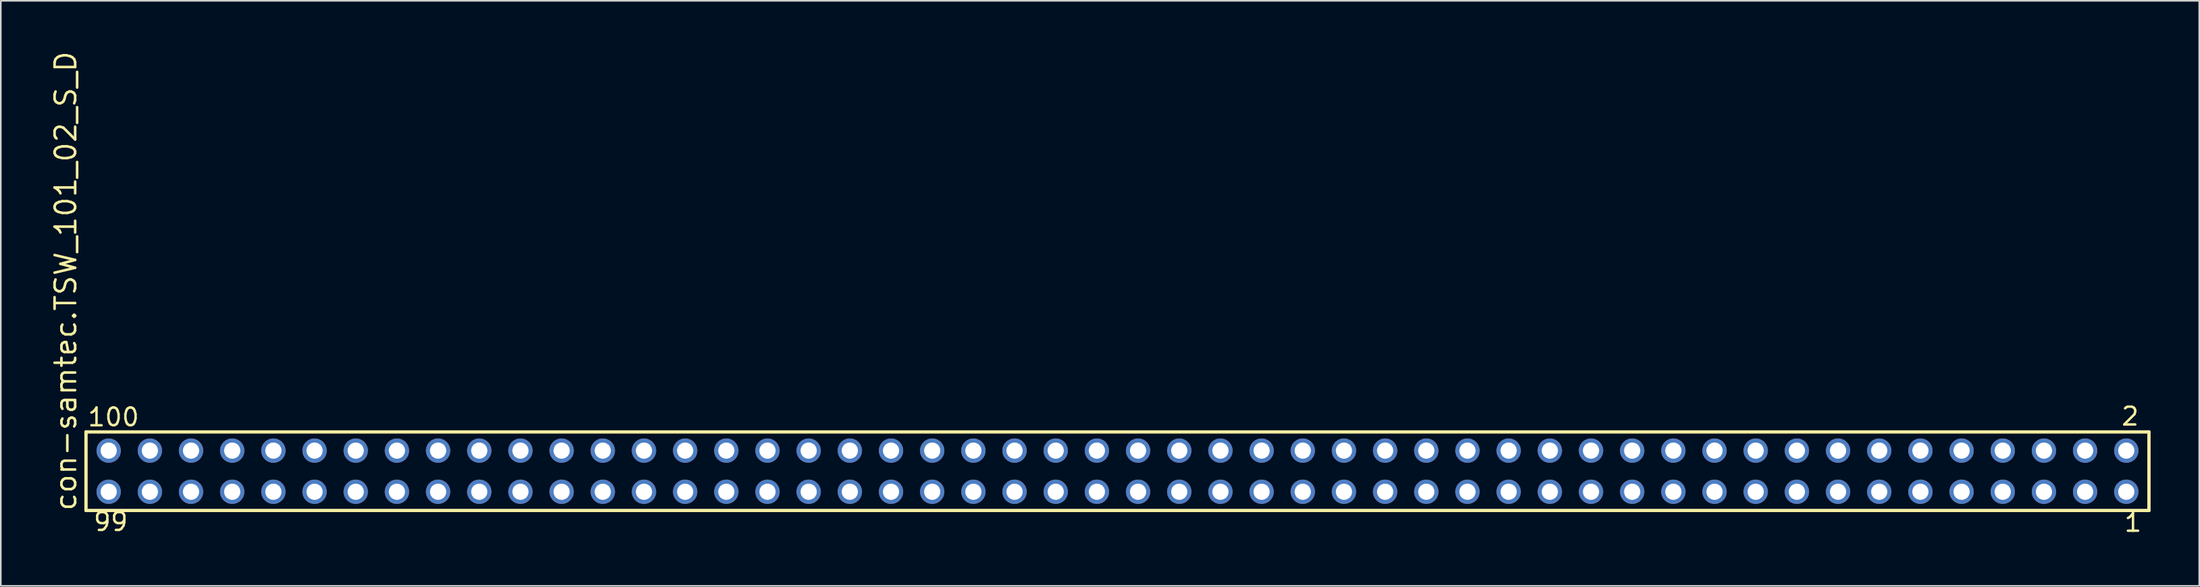
<source format=kicad_pcb>
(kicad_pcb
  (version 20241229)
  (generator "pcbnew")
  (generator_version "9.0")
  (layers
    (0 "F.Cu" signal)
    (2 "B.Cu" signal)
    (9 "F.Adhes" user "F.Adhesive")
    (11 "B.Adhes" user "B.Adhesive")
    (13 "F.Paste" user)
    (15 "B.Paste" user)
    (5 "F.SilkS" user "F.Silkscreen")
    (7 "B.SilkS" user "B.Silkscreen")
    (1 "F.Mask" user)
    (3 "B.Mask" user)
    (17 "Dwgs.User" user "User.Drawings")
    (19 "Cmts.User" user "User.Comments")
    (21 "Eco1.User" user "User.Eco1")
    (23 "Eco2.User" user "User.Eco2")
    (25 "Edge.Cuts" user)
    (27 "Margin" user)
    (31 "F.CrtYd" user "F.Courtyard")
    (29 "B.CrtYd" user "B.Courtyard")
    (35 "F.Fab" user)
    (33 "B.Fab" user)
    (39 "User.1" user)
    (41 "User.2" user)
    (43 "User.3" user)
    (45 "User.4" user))
  (footprint "con-samtec.TSW_101_02_S_D"
    (layer "F.Cu")
    (at 3.655 26.049)
    (property "Reference" "con-samtec.TSW_101_02_S_D" (at -1.905 2.54 90) (layer "F.SilkS") (effects (font (size 1.27 1.27) (thickness 0.16)) (justify left bottom)))
    (attr through_hole)
    (fp_line (start -1.399 -2.425) (end 125.859 -2.425) (stroke (width 0.203) (type default)) (layer "F.SilkS"))
    (fp_line (start -1.399 2.425) (end -1.399 -2.425) (stroke (width 0.203) (type default)) (layer "F.SilkS"))
    (fp_line (start 125.859 -2.425) (end 125.859 2.425) (stroke (width 0.203) (type default)) (layer "F.SilkS"))
    (fp_line (start 125.859 2.425) (end -1.399 2.425) (stroke (width 0.203) (type default)) (layer "F.SilkS"))
    (fp_rect (start -0.35 -0.92) (end 0.35 -1.62) (stroke (width 0.05) (type default)) (fill no) (layer "F.Fab"))
    (fp_rect (start -0.35 1.62) (end 0.35 0.92) (stroke (width 0.05) (type default)) (fill no) (layer "F.Fab"))
    (fp_rect (start 2.19 -0.92) (end 2.89 -1.62) (stroke (width 0.05) (type default)) (fill no) (layer "F.Fab"))
    (fp_rect (start 2.19 1.62) (end 2.89 0.92) (stroke (width 0.05) (type default)) (fill no) (layer "F.Fab"))
    (fp_rect (start 4.73 -0.92) (end 5.43 -1.62) (stroke (width 0.05) (type default)) (fill no) (layer "F.Fab"))
    (fp_rect (start 4.73 1.62) (end 5.43 0.92) (stroke (width 0.05) (type default)) (fill no) (layer "F.Fab"))
    (fp_rect (start 7.27 -0.92) (end 7.97 -1.62) (stroke (width 0.05) (type default)) (fill no) (layer "F.Fab"))
    (fp_rect (start 7.27 1.62) (end 7.97 0.92) (stroke (width 0.05) (type default)) (fill no) (layer "F.Fab"))
    (fp_rect (start 9.81 -0.92) (end 10.51 -1.62) (stroke (width 0.05) (type default)) (fill no) (layer "F.Fab"))
    (fp_rect (start 9.81 1.62) (end 10.51 0.92) (stroke (width 0.05) (type default)) (fill no) (layer "F.Fab"))
    (fp_rect (start 12.35 -0.92) (end 13.05 -1.62) (stroke (width 0.05) (type default)) (fill no) (layer "F.Fab"))
    (fp_rect (start 12.35 1.62) (end 13.05 0.92) (stroke (width 0.05) (type default)) (fill no) (layer "F.Fab"))
    (fp_rect (start 14.89 -0.92) (end 15.59 -1.62) (stroke (width 0.05) (type default)) (fill no) (layer "F.Fab"))
    (fp_rect (start 14.89 1.62) (end 15.59 0.92) (stroke (width 0.05) (type default)) (fill no) (layer "F.Fab"))
    (fp_rect (start 17.43 -0.92) (end 18.13 -1.62) (stroke (width 0.05) (type default)) (fill no) (layer "F.Fab"))
    (fp_rect (start 17.43 1.62) (end 18.13 0.92) (stroke (width 0.05) (type default)) (fill no) (layer "F.Fab"))
    (fp_rect (start 19.97 -0.92) (end 20.67 -1.62) (stroke (width 0.05) (type default)) (fill no) (layer "F.Fab"))
    (fp_rect (start 19.97 1.62) (end 20.67 0.92) (stroke (width 0.05) (type default)) (fill no) (layer "F.Fab"))
    (fp_rect (start 22.51 -0.92) (end 23.21 -1.62) (stroke (width 0.05) (type default)) (fill no) (layer "F.Fab"))
    (fp_rect (start 22.51 1.62) (end 23.21 0.92) (stroke (width 0.05) (type default)) (fill no) (layer "F.Fab"))
    (fp_rect (start 25.05 -0.92) (end 25.75 -1.62) (stroke (width 0.05) (type default)) (fill no) (layer "F.Fab"))
    (fp_rect (start 25.05 1.62) (end 25.75 0.92) (stroke (width 0.05) (type default)) (fill no) (layer "F.Fab"))
    (fp_rect (start 27.59 -0.92) (end 28.29 -1.62) (stroke (width 0.05) (type default)) (fill no) (layer "F.Fab"))
    (fp_rect (start 27.59 1.62) (end 28.29 0.92) (stroke (width 0.05) (type default)) (fill no) (layer "F.Fab"))
    (fp_rect (start 30.13 -0.92) (end 30.83 -1.62) (stroke (width 0.05) (type default)) (fill no) (layer "F.Fab"))
    (fp_rect (start 30.13 1.62) (end 30.83 0.92) (stroke (width 0.05) (type default)) (fill no) (layer "F.Fab"))
    (fp_rect (start 32.67 -0.92) (end 33.37 -1.62) (stroke (width 0.05) (type default)) (fill no) (layer "F.Fab"))
    (fp_rect (start 32.67 1.62) (end 33.37 0.92) (stroke (width 0.05) (type default)) (fill no) (layer "F.Fab"))
    (fp_rect (start 35.21 -0.92) (end 35.91 -1.62) (stroke (width 0.05) (type default)) (fill no) (layer "F.Fab"))
    (fp_rect (start 35.21 1.62) (end 35.91 0.92) (stroke (width 0.05) (type default)) (fill no) (layer "F.Fab"))
    (fp_rect (start 37.75 -0.92) (end 38.45 -1.62) (stroke (width 0.05) (type default)) (fill no) (layer "F.Fab"))
    (fp_rect (start 37.75 1.62) (end 38.45 0.92) (stroke (width 0.05) (type default)) (fill no) (layer "F.Fab"))
    (fp_rect (start 40.29 -0.92) (end 40.99 -1.62) (stroke (width 0.05) (type default)) (fill no) (layer "F.Fab"))
    (fp_rect (start 40.29 1.62) (end 40.99 0.92) (stroke (width 0.05) (type default)) (fill no) (layer "F.Fab"))
    (fp_rect (start 42.83 -0.92) (end 43.53 -1.62) (stroke (width 0.05) (type default)) (fill no) (layer "F.Fab"))
    (fp_rect (start 42.83 1.62) (end 43.53 0.92) (stroke (width 0.05) (type default)) (fill no) (layer "F.Fab"))
    (fp_rect (start 45.37 -0.92) (end 46.07 -1.62) (stroke (width 0.05) (type default)) (fill no) (layer "F.Fab"))
    (fp_rect (start 45.37 1.62) (end 46.07 0.92) (stroke (width 0.05) (type default)) (fill no) (layer "F.Fab"))
    (fp_rect (start 47.91 -0.92) (end 48.61 -1.62) (stroke (width 0.05) (type default)) (fill no) (layer "F.Fab"))
    (fp_rect (start 47.91 1.62) (end 48.61 0.92) (stroke (width 0.05) (type default)) (fill no) (layer "F.Fab"))
    (fp_rect (start 50.45 -0.92) (end 51.15 -1.62) (stroke (width 0.05) (type default)) (fill no) (layer "F.Fab"))
    (fp_rect (start 50.45 1.62) (end 51.15 0.92) (stroke (width 0.05) (type default)) (fill no) (layer "F.Fab"))
    (fp_rect (start 52.99 -0.92) (end 53.69 -1.62) (stroke (width 0.05) (type default)) (fill no) (layer "F.Fab"))
    (fp_rect (start 52.99 1.62) (end 53.69 0.92) (stroke (width 0.05) (type default)) (fill no) (layer "F.Fab"))
    (fp_rect (start 55.53 -0.92) (end 56.23 -1.62) (stroke (width 0.05) (type default)) (fill no) (layer "F.Fab"))
    (fp_rect (start 55.53 1.62) (end 56.23 0.92) (stroke (width 0.05) (type default)) (fill no) (layer "F.Fab"))
    (fp_rect (start 58.07 -0.92) (end 58.77 -1.62) (stroke (width 0.05) (type default)) (fill no) (layer "F.Fab"))
    (fp_rect (start 58.07 1.62) (end 58.77 0.92) (stroke (width 0.05) (type default)) (fill no) (layer "F.Fab"))
    (fp_rect (start 60.61 -0.92) (end 61.31 -1.62) (stroke (width 0.05) (type default)) (fill no) (layer "F.Fab"))
    (fp_rect (start 60.61 1.62) (end 61.31 0.92) (stroke (width 0.05) (type default)) (fill no) (layer "F.Fab"))
    (fp_rect (start 63.15 -0.92) (end 63.85 -1.62) (stroke (width 0.05) (type default)) (fill no) (layer "F.Fab"))
    (fp_rect (start 63.15 1.62) (end 63.85 0.92) (stroke (width 0.05) (type default)) (fill no) (layer "F.Fab"))
    (fp_rect (start 65.69 -0.92) (end 66.39 -1.62) (stroke (width 0.05) (type default)) (fill no) (layer "F.Fab"))
    (fp_rect (start 65.69 1.62) (end 66.39 0.92) (stroke (width 0.05) (type default)) (fill no) (layer "F.Fab"))
    (fp_rect (start 68.23 -0.92) (end 68.93 -1.62) (stroke (width 0.05) (type default)) (fill no) (layer "F.Fab"))
    (fp_rect (start 68.23 1.62) (end 68.93 0.92) (stroke (width 0.05) (type default)) (fill no) (layer "F.Fab"))
    (fp_rect (start 70.77 -0.92) (end 71.47 -1.62) (stroke (width 0.05) (type default)) (fill no) (layer "F.Fab"))
    (fp_rect (start 70.77 1.62) (end 71.47 0.92) (stroke (width 0.05) (type default)) (fill no) (layer "F.Fab"))
    (fp_rect (start 73.31 -0.92) (end 74.01 -1.62) (stroke (width 0.05) (type default)) (fill no) (layer "F.Fab"))
    (fp_rect (start 73.31 1.62) (end 74.01 0.92) (stroke (width 0.05) (type default)) (fill no) (layer "F.Fab"))
    (fp_rect (start 75.85 -0.92) (end 76.55 -1.62) (stroke (width 0.05) (type default)) (fill no) (layer "F.Fab"))
    (fp_rect (start 75.85 1.62) (end 76.55 0.92) (stroke (width 0.05) (type default)) (fill no) (layer "F.Fab"))
    (fp_rect (start 78.39 -0.92) (end 79.09 -1.62) (stroke (width 0.05) (type default)) (fill no) (layer "F.Fab"))
    (fp_rect (start 78.39 1.62) (end 79.09 0.92) (stroke (width 0.05) (type default)) (fill no) (layer "F.Fab"))
    (fp_rect (start 80.93 -0.92) (end 81.63 -1.62) (stroke (width 0.05) (type default)) (fill no) (layer "F.Fab"))
    (fp_rect (start 80.93 1.62) (end 81.63 0.92) (stroke (width 0.05) (type default)) (fill no) (layer "F.Fab"))
    (fp_rect (start 83.47 -0.92) (end 84.17 -1.62) (stroke (width 0.05) (type default)) (fill no) (layer "F.Fab"))
    (fp_rect (start 83.47 1.62) (end 84.17 0.92) (stroke (width 0.05) (type default)) (fill no) (layer "F.Fab"))
    (fp_rect (start 86.01 -0.92) (end 86.71 -1.62) (stroke (width 0.05) (type default)) (fill no) (layer "F.Fab"))
    (fp_rect (start 86.01 1.62) (end 86.71 0.92) (stroke (width 0.05) (type default)) (fill no) (layer "F.Fab"))
    (fp_rect (start 88.55 -0.92) (end 89.25 -1.62) (stroke (width 0.05) (type default)) (fill no) (layer "F.Fab"))
    (fp_rect (start 88.55 1.62) (end 89.25 0.92) (stroke (width 0.05) (type default)) (fill no) (layer "F.Fab"))
    (fp_rect (start 91.09 -0.92) (end 91.79 -1.62) (stroke (width 0.05) (type default)) (fill no) (layer "F.Fab"))
    (fp_rect (start 91.09 1.62) (end 91.79 0.92) (stroke (width 0.05) (type default)) (fill no) (layer "F.Fab"))
    (fp_rect (start 93.63 -0.92) (end 94.33 -1.62) (stroke (width 0.05) (type default)) (fill no) (layer "F.Fab"))
    (fp_rect (start 93.63 1.62) (end 94.33 0.92) (stroke (width 0.05) (type default)) (fill no) (layer "F.Fab"))
    (fp_rect (start 96.17 -0.92) (end 96.87 -1.62) (stroke (width 0.05) (type default)) (fill no) (layer "F.Fab"))
    (fp_rect (start 96.17 1.62) (end 96.87 0.92) (stroke (width 0.05) (type default)) (fill no) (layer "F.Fab"))
    (fp_rect (start 98.71 -0.92) (end 99.41 -1.62) (stroke (width 0.05) (type default)) (fill no) (layer "F.Fab"))
    (fp_rect (start 98.71 1.62) (end 99.41 0.92) (stroke (width 0.05) (type default)) (fill no) (layer "F.Fab"))
    (fp_rect (start 101.25 -0.92) (end 101.95 -1.62) (stroke (width 0.05) (type default)) (fill no) (layer "F.Fab"))
    (fp_rect (start 101.25 1.62) (end 101.95 0.92) (stroke (width 0.05) (type default)) (fill no) (layer "F.Fab"))
    (fp_rect (start 103.79 -0.92) (end 104.49 -1.62) (stroke (width 0.05) (type default)) (fill no) (layer "F.Fab"))
    (fp_rect (start 103.79 1.62) (end 104.49 0.92) (stroke (width 0.05) (type default)) (fill no) (layer "F.Fab"))
    (fp_rect (start 106.33 -0.92) (end 107.03 -1.62) (stroke (width 0.05) (type default)) (fill no) (layer "F.Fab"))
    (fp_rect (start 106.33 1.62) (end 107.03 0.92) (stroke (width 0.05) (type default)) (fill no) (layer "F.Fab"))
    (fp_rect (start 108.87 -0.92) (end 109.57 -1.62) (stroke (width 0.05) (type default)) (fill no) (layer "F.Fab"))
    (fp_rect (start 108.87 1.62) (end 109.57 0.92) (stroke (width 0.05) (type default)) (fill no) (layer "F.Fab"))
    (fp_rect (start 111.41 -0.92) (end 112.11 -1.62) (stroke (width 0.05) (type default)) (fill no) (layer "F.Fab"))
    (fp_rect (start 111.41 1.62) (end 112.11 0.92) (stroke (width 0.05) (type default)) (fill no) (layer "F.Fab"))
    (fp_rect (start 113.95 -0.92) (end 114.65 -1.62) (stroke (width 0.05) (type default)) (fill no) (layer "F.Fab"))
    (fp_rect (start 113.95 1.62) (end 114.65 0.92) (stroke (width 0.05) (type default)) (fill no) (layer "F.Fab"))
    (fp_rect (start 116.49 -0.92) (end 117.19 -1.62) (stroke (width 0.05) (type default)) (fill no) (layer "F.Fab"))
    (fp_rect (start 116.49 1.62) (end 117.19 0.92) (stroke (width 0.05) (type default)) (fill no) (layer "F.Fab"))
    (fp_rect (start 119.03 -0.92) (end 119.73 -1.62) (stroke (width 0.05) (type default)) (fill no) (layer "F.Fab"))
    (fp_rect (start 119.03 1.62) (end 119.73 0.92) (stroke (width 0.05) (type default)) (fill no) (layer "F.Fab"))
    (fp_rect (start 121.57 -0.92) (end 122.27 -1.62) (stroke (width 0.05) (type default)) (fill no) (layer "F.Fab"))
    (fp_rect (start 121.57 1.62) (end 122.27 0.92) (stroke (width 0.05) (type default)) (fill no) (layer "F.Fab"))
    (fp_rect (start 124.11 -0.92) (end 124.81 -1.62) (stroke (width 0.05) (type default)) (fill no) (layer "F.Fab"))
    (fp_rect (start 124.11 1.62) (end 124.81 0.92) (stroke (width 0.05) (type default)) (fill no) (layer "F.Fab"))
    (fp_text user "2" (at 124.077 -2.744 0) (layer "F.SilkS") (effects (font (size 1.1 1.1) (thickness 0.15)) (justify left bottom)))
    (fp_text user "1" (at 124.252 3.818 0) (layer "F.SilkS") (effects (font (size 1.1 1.1) (thickness 0.15)) (justify left bottom)))
    (fp_text user "99" (at -1.02 3.768 0) (layer "F.SilkS") (effects (font (size 1.1 1.1) (thickness 0.15)) (justify left bottom)))
    (fp_text user "100" (at -1.374 -2.694 0) (layer "F.SilkS") (effects (font (size 1.1 1.1) (thickness 0.15)) (justify left bottom)))
    (pad "1" thru_hole circle (at 124.46 1.27 180) (size 1.5 1.5) (drill 1) (layers "*.Cu" "*.Mask"))
    (pad "2" thru_hole circle (at 124.46 -1.27 180) (size 1.5 1.5) (drill 1) (layers "*.Cu" "*.Mask"))
    (pad "3" thru_hole circle (at 121.92 1.27 180) (size 1.5 1.5) (drill 1) (layers "*.Cu" "*.Mask"))
    (pad "4" thru_hole circle (at 121.92 -1.27 180) (size 1.5 1.5) (drill 1) (layers "*.Cu" "*.Mask"))
    (pad "5" thru_hole circle (at 119.38 1.27 180) (size 1.5 1.5) (drill 1) (layers "*.Cu" "*.Mask"))
    (pad "6" thru_hole circle (at 119.38 -1.27 180) (size 1.5 1.5) (drill 1) (layers "*.Cu" "*.Mask"))
    (pad "7" thru_hole circle (at 116.84 1.27 180) (size 1.5 1.5) (drill 1) (layers "*.Cu" "*.Mask"))
    (pad "8" thru_hole circle (at 116.84 -1.27 180) (size 1.5 1.5) (drill 1) (layers "*.Cu" "*.Mask"))
    (pad "9" thru_hole circle (at 114.3 1.27 180) (size 1.5 1.5) (drill 1) (layers "*.Cu" "*.Mask"))
    (pad "10" thru_hole circle (at 114.3 -1.27 180) (size 1.5 1.5) (drill 1) (layers "*.Cu" "*.Mask"))
    (pad "11" thru_hole circle (at 111.76 1.27 180) (size 1.5 1.5) (drill 1) (layers "*.Cu" "*.Mask"))
    (pad "12" thru_hole circle (at 111.76 -1.27 180) (size 1.5 1.5) (drill 1) (layers "*.Cu" "*.Mask"))
    (pad "13" thru_hole circle (at 109.22 1.27 180) (size 1.5 1.5) (drill 1) (layers "*.Cu" "*.Mask"))
    (pad "14" thru_hole circle (at 109.22 -1.27 180) (size 1.5 1.5) (drill 1) (layers "*.Cu" "*.Mask"))
    (pad "15" thru_hole circle (at 106.68 1.27 180) (size 1.5 1.5) (drill 1) (layers "*.Cu" "*.Mask"))
    (pad "16" thru_hole circle (at 106.68 -1.27 180) (size 1.5 1.5) (drill 1) (layers "*.Cu" "*.Mask"))
    (pad "17" thru_hole circle (at 104.14 1.27 180) (size 1.5 1.5) (drill 1) (layers "*.Cu" "*.Mask"))
    (pad "18" thru_hole circle (at 104.14 -1.27 180) (size 1.5 1.5) (drill 1) (layers "*.Cu" "*.Mask"))
    (pad "19" thru_hole circle (at 101.6 1.27 180) (size 1.5 1.5) (drill 1) (layers "*.Cu" "*.Mask"))
    (pad "20" thru_hole circle (at 101.6 -1.27 180) (size 1.5 1.5) (drill 1) (layers "*.Cu" "*.Mask"))
    (pad "21" thru_hole circle (at 99.06 1.27 180) (size 1.5 1.5) (drill 1) (layers "*.Cu" "*.Mask"))
    (pad "22" thru_hole circle (at 99.06 -1.27 180) (size 1.5 1.5) (drill 1) (layers "*.Cu" "*.Mask"))
    (pad "23" thru_hole circle (at 96.52 1.27 180) (size 1.5 1.5) (drill 1) (layers "*.Cu" "*.Mask"))
    (pad "24" thru_hole circle (at 96.52 -1.27 180) (size 1.5 1.5) (drill 1) (layers "*.Cu" "*.Mask"))
    (pad "25" thru_hole circle (at 93.98 1.27 180) (size 1.5 1.5) (drill 1) (layers "*.Cu" "*.Mask"))
    (pad "26" thru_hole circle (at 93.98 -1.27 180) (size 1.5 1.5) (drill 1) (layers "*.Cu" "*.Mask"))
    (pad "27" thru_hole circle (at 91.44 1.27 180) (size 1.5 1.5) (drill 1) (layers "*.Cu" "*.Mask"))
    (pad "28" thru_hole circle (at 91.44 -1.27 180) (size 1.5 1.5) (drill 1) (layers "*.Cu" "*.Mask"))
    (pad "29" thru_hole circle (at 88.9 1.27 180) (size 1.5 1.5) (drill 1) (layers "*.Cu" "*.Mask"))
    (pad "30" thru_hole circle (at 88.9 -1.27 180) (size 1.5 1.5) (drill 1) (layers "*.Cu" "*.Mask"))
    (pad "31" thru_hole circle (at 86.36 1.27 180) (size 1.5 1.5) (drill 1) (layers "*.Cu" "*.Mask"))
    (pad "32" thru_hole circle (at 86.36 -1.27 180) (size 1.5 1.5) (drill 1) (layers "*.Cu" "*.Mask"))
    (pad "33" thru_hole circle (at 83.82 1.27 180) (size 1.5 1.5) (drill 1) (layers "*.Cu" "*.Mask"))
    (pad "34" thru_hole circle (at 83.82 -1.27 180) (size 1.5 1.5) (drill 1) (layers "*.Cu" "*.Mask"))
    (pad "35" thru_hole circle (at 81.28 1.27 180) (size 1.5 1.5) (drill 1) (layers "*.Cu" "*.Mask"))
    (pad "36" thru_hole circle (at 81.28 -1.27 180) (size 1.5 1.5) (drill 1) (layers "*.Cu" "*.Mask"))
    (pad "37" thru_hole circle (at 78.74 1.27 180) (size 1.5 1.5) (drill 1) (layers "*.Cu" "*.Mask"))
    (pad "38" thru_hole circle (at 78.74 -1.27 180) (size 1.5 1.5) (drill 1) (layers "*.Cu" "*.Mask"))
    (pad "39" thru_hole circle (at 76.2 1.27 180) (size 1.5 1.5) (drill 1) (layers "*.Cu" "*.Mask"))
    (pad "40" thru_hole circle (at 76.2 -1.27 180) (size 1.5 1.5) (drill 1) (layers "*.Cu" "*.Mask"))
    (pad "41" thru_hole circle (at 73.66 1.27 180) (size 1.5 1.5) (drill 1) (layers "*.Cu" "*.Mask"))
    (pad "42" thru_hole circle (at 73.66 -1.27 180) (size 1.5 1.5) (drill 1) (layers "*.Cu" "*.Mask"))
    (pad "43" thru_hole circle (at 71.12 1.27 180) (size 1.5 1.5) (drill 1) (layers "*.Cu" "*.Mask"))
    (pad "44" thru_hole circle (at 71.12 -1.27 180) (size 1.5 1.5) (drill 1) (layers "*.Cu" "*.Mask"))
    (pad "45" thru_hole circle (at 68.58 1.27 180) (size 1.5 1.5) (drill 1) (layers "*.Cu" "*.Mask"))
    (pad "46" thru_hole circle (at 68.58 -1.27 180) (size 1.5 1.5) (drill 1) (layers "*.Cu" "*.Mask"))
    (pad "47" thru_hole circle (at 66.04 1.27 180) (size 1.5 1.5) (drill 1) (layers "*.Cu" "*.Mask"))
    (pad "48" thru_hole circle (at 66.04 -1.27 180) (size 1.5 1.5) (drill 1) (layers "*.Cu" "*.Mask"))
    (pad "49" thru_hole circle (at 63.5 1.27 180) (size 1.5 1.5) (drill 1) (layers "*.Cu" "*.Mask"))
    (pad "50" thru_hole circle (at 63.5 -1.27 180) (size 1.5 1.5) (drill 1) (layers "*.Cu" "*.Mask"))
    (pad "51" thru_hole circle (at 60.96 1.27 180) (size 1.5 1.5) (drill 1) (layers "*.Cu" "*.Mask"))
    (pad "52" thru_hole circle (at 60.96 -1.27 180) (size 1.5 1.5) (drill 1) (layers "*.Cu" "*.Mask"))
    (pad "53" thru_hole circle (at 58.42 1.27 180) (size 1.5 1.5) (drill 1) (layers "*.Cu" "*.Mask"))
    (pad "54" thru_hole circle (at 58.42 -1.27 180) (size 1.5 1.5) (drill 1) (layers "*.Cu" "*.Mask"))
    (pad "55" thru_hole circle (at 55.88 1.27 180) (size 1.5 1.5) (drill 1) (layers "*.Cu" "*.Mask"))
    (pad "56" thru_hole circle (at 55.88 -1.27 180) (size 1.5 1.5) (drill 1) (layers "*.Cu" "*.Mask"))
    (pad "57" thru_hole circle (at 53.34 1.27 180) (size 1.5 1.5) (drill 1) (layers "*.Cu" "*.Mask"))
    (pad "58" thru_hole circle (at 53.34 -1.27 180) (size 1.5 1.5) (drill 1) (layers "*.Cu" "*.Mask"))
    (pad "59" thru_hole circle (at 50.8 1.27 180) (size 1.5 1.5) (drill 1) (layers "*.Cu" "*.Mask"))
    (pad "60" thru_hole circle (at 50.8 -1.27 180) (size 1.5 1.5) (drill 1) (layers "*.Cu" "*.Mask"))
    (pad "61" thru_hole circle (at 48.26 1.27 180) (size 1.5 1.5) (drill 1) (layers "*.Cu" "*.Mask"))
    (pad "62" thru_hole circle (at 48.26 -1.27 180) (size 1.5 1.5) (drill 1) (layers "*.Cu" "*.Mask"))
    (pad "63" thru_hole circle (at 45.72 1.27 180) (size 1.5 1.5) (drill 1) (layers "*.Cu" "*.Mask"))
    (pad "64" thru_hole circle (at 45.72 -1.27 180) (size 1.5 1.5) (drill 1) (layers "*.Cu" "*.Mask"))
    (pad "65" thru_hole circle (at 43.18 1.27 180) (size 1.5 1.5) (drill 1) (layers "*.Cu" "*.Mask"))
    (pad "66" thru_hole circle (at 43.18 -1.27 180) (size 1.5 1.5) (drill 1) (layers "*.Cu" "*.Mask"))
    (pad "67" thru_hole circle (at 40.64 1.27 180) (size 1.5 1.5) (drill 1) (layers "*.Cu" "*.Mask"))
    (pad "68" thru_hole circle (at 40.64 -1.27 180) (size 1.5 1.5) (drill 1) (layers "*.Cu" "*.Mask"))
    (pad "69" thru_hole circle (at 38.1 1.27 180) (size 1.5 1.5) (drill 1) (layers "*.Cu" "*.Mask"))
    (pad "70" thru_hole circle (at 38.1 -1.27 180) (size 1.5 1.5) (drill 1) (layers "*.Cu" "*.Mask"))
    (pad "71" thru_hole circle (at 35.56 1.27 180) (size 1.5 1.5) (drill 1) (layers "*.Cu" "*.Mask"))
    (pad "72" thru_hole circle (at 35.56 -1.27 180) (size 1.5 1.5) (drill 1) (layers "*.Cu" "*.Mask"))
    (pad "73" thru_hole circle (at 33.02 1.27 180) (size 1.5 1.5) (drill 1) (layers "*.Cu" "*.Mask"))
    (pad "74" thru_hole circle (at 33.02 -1.27 180) (size 1.5 1.5) (drill 1) (layers "*.Cu" "*.Mask"))
    (pad "75" thru_hole circle (at 30.48 1.27 180) (size 1.5 1.5) (drill 1) (layers "*.Cu" "*.Mask"))
    (pad "76" thru_hole circle (at 30.48 -1.27 180) (size 1.5 1.5) (drill 1) (layers "*.Cu" "*.Mask"))
    (pad "77" thru_hole circle (at 27.94 1.27 180) (size 1.5 1.5) (drill 1) (layers "*.Cu" "*.Mask"))
    (pad "78" thru_hole circle (at 27.94 -1.27 180) (size 1.5 1.5) (drill 1) (layers "*.Cu" "*.Mask"))
    (pad "79" thru_hole circle (at 25.4 1.27 180) (size 1.5 1.5) (drill 1) (layers "*.Cu" "*.Mask"))
    (pad "80" thru_hole circle (at 25.4 -1.27 180) (size 1.5 1.5) (drill 1) (layers "*.Cu" "*.Mask"))
    (pad "81" thru_hole circle (at 22.86 1.27 180) (size 1.5 1.5) (drill 1) (layers "*.Cu" "*.Mask"))
    (pad "82" thru_hole circle (at 22.86 -1.27 180) (size 1.5 1.5) (drill 1) (layers "*.Cu" "*.Mask"))
    (pad "83" thru_hole circle (at 20.32 1.27 180) (size 1.5 1.5) (drill 1) (layers "*.Cu" "*.Mask"))
    (pad "84" thru_hole circle (at 20.32 -1.27 180) (size 1.5 1.5) (drill 1) (layers "*.Cu" "*.Mask"))
    (pad "85" thru_hole circle (at 17.78 1.27 180) (size 1.5 1.5) (drill 1) (layers "*.Cu" "*.Mask"))
    (pad "86" thru_hole circle (at 17.78 -1.27 180) (size 1.5 1.5) (drill 1) (layers "*.Cu" "*.Mask"))
    (pad "87" thru_hole circle (at 15.24 1.27 180) (size 1.5 1.5) (drill 1) (layers "*.Cu" "*.Mask"))
    (pad "88" thru_hole circle (at 15.24 -1.27 180) (size 1.5 1.5) (drill 1) (layers "*.Cu" "*.Mask"))
    (pad "89" thru_hole circle (at 12.7 1.27 180) (size 1.5 1.5) (drill 1) (layers "*.Cu" "*.Mask"))
    (pad "90" thru_hole circle (at 12.7 -1.27 180) (size 1.5 1.5) (drill 1) (layers "*.Cu" "*.Mask"))
    (pad "91" thru_hole circle (at 10.16 1.27 180) (size 1.5 1.5) (drill 1) (layers "*.Cu" "*.Mask"))
    (pad "92" thru_hole circle (at 10.16 -1.27 180) (size 1.5 1.5) (drill 1) (layers "*.Cu" "*.Mask"))
    (pad "93" thru_hole circle (at 7.62 1.27 180) (size 1.5 1.5) (drill 1) (layers "*.Cu" "*.Mask"))
    (pad "94" thru_hole circle (at 7.62 -1.27 180) (size 1.5 1.5) (drill 1) (layers "*.Cu" "*.Mask"))
    (pad "95" thru_hole circle (at 5.08 1.27 180) (size 1.5 1.5) (drill 1) (layers "*.Cu" "*.Mask"))
    (pad "96" thru_hole circle (at 5.08 -1.27 180) (size 1.5 1.5) (drill 1) (layers "*.Cu" "*.Mask"))
    (pad "97" thru_hole circle (at 2.54 1.27 180) (size 1.5 1.5) (drill 1) (layers "*.Cu" "*.Mask"))
    (pad "98" thru_hole circle (at 2.54 -1.27 180) (size 1.5 1.5) (drill 1) (layers "*.Cu" "*.Mask"))
    (pad "99" thru_hole circle (at 0 1.27 180) (size 1.5 1.5) (drill 1) (layers "*.Cu" "*.Mask"))
    (pad "100" thru_hole circle (at 0 -1.27 180) (size 1.5 1.5) (drill 1) (layers "*.Cu" "*.Mask")))
  (gr_rect
    (start -3 -3)
    (end 132.616 33.131)
    (stroke (width 0.1) (type default))
    (fill no)
    (layer "Edge.Cuts")))
</source>
